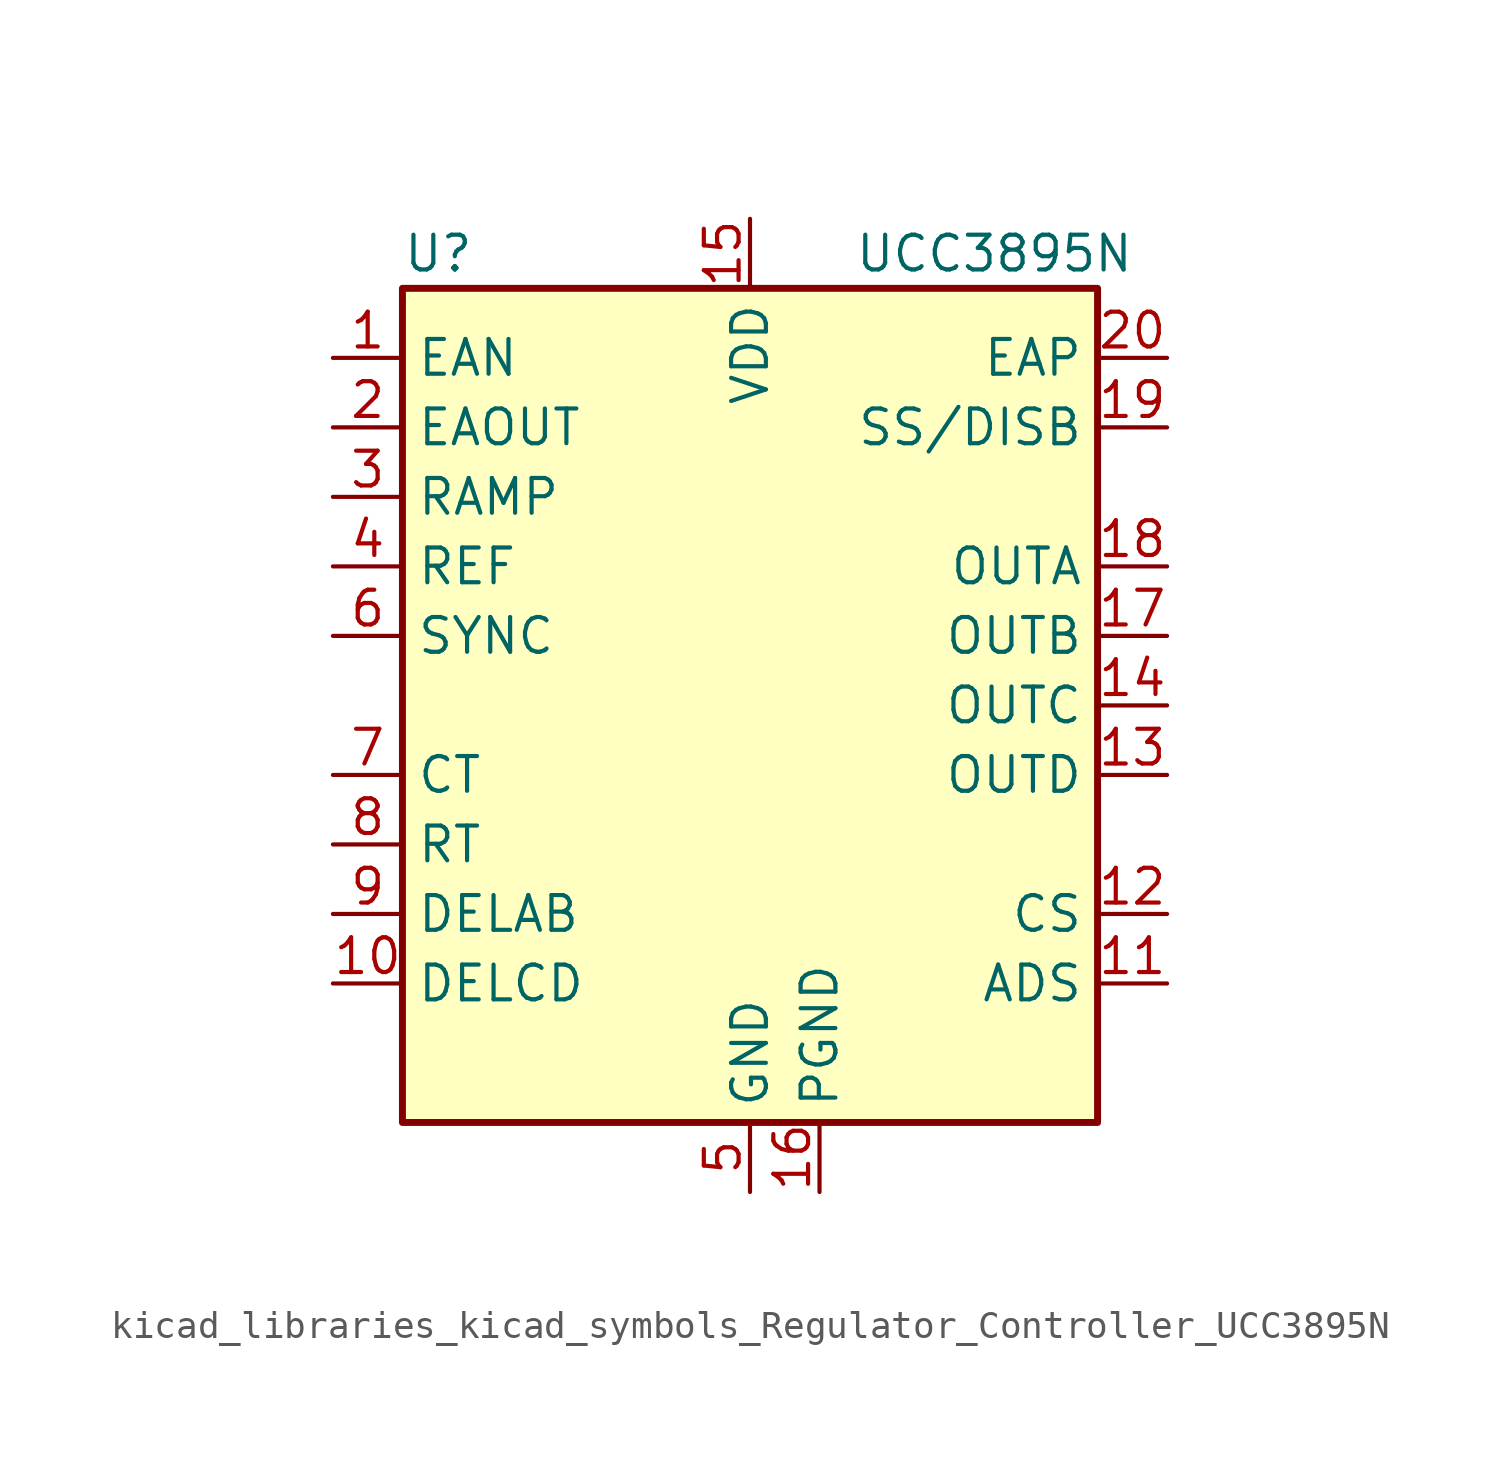
<source format=kicad_sym>
(kicad_symbol_lib
  (version 20220914)
  (generator kicad_symbol_editor)
  (symbol "kicad_libraries_kicad_symbols_Regulator_Controller_UCC3895N"
    (property "Reference" "U"
      (at -12.7 16.51 0)
      (effects (font (size 1.27 1.27)) (justify left)))
    (property "Value" "UCC3895N"
      (at 3.81 16.51 0)
      (effects (font (size 1.27 1.27)) (justify left)))
    (symbol "kicad_libraries_kicad_symbols_Regulator_Controller_UCC3895N_0_1"
      (rectangle (start -12.7 15.24) (end 12.7 -15.24) (stroke (width 0.254) (type default)) (fill (type background))))
    (symbol "kicad_libraries_kicad_symbols_Regulator_Controller_UCC3895N_1_1"
      (pin input line (at -15.24 12.7 0) (length 2.54) (name "EAN" (effects (font (size 1.27 1.27)))) (number "1" (effects (font (size 1.27 1.27)))))
      (pin passive line (at -15.24 -10.16 0) (length 2.54) (name "DELCD" (effects (font (size 1.27 1.27)))) (number "10" (effects (font (size 1.27 1.27)))))
      (pin input line (at 15.24 -10.16 180) (length 2.54) (name "ADS" (effects (font (size 1.27 1.27)))) (number "11" (effects (font (size 1.27 1.27)))))
      (pin input line (at 15.24 -7.62 180) (length 2.54) (name "CS" (effects (font (size 1.27 1.27)))) (number "12" (effects (font (size 1.27 1.27)))))
      (pin output line (at 15.24 -2.54 180) (length 2.54) (name "OUTD" (effects (font (size 1.27 1.27)))) (number "13" (effects (font (size 1.27 1.27)))))
      (pin output line (at 15.24 0 180) (length 2.54) (name "OUTC" (effects (font (size 1.27 1.27)))) (number "14" (effects (font (size 1.27 1.27)))))
      (pin power_in line (at 0 17.78 270) (length 2.54) (name "VDD" (effects (font (size 1.27 1.27)))) (number "15" (effects (font (size 1.27 1.27)))))
      (pin power_in line (at 2.54 -17.78 90) (length 2.54) (name "PGND" (effects (font (size 1.27 1.27)))) (number "16" (effects (font (size 1.27 1.27)))))
      (pin output line (at 15.24 2.54 180) (length 2.54) (name "OUTB" (effects (font (size 1.27 1.27)))) (number "17" (effects (font (size 1.27 1.27)))))
      (pin output line (at 15.24 5.08 180) (length 2.54) (name "OUTA" (effects (font (size 1.27 1.27)))) (number "18" (effects (font (size 1.27 1.27)))))
      (pin passive line (at 15.24 10.16 180) (length 2.54) (name "SS/DISB" (effects (font (size 1.27 1.27)))) (number "19" (effects (font (size 1.27 1.27)))))
      (pin bidirectional line (at -15.24 10.16 0) (length 2.54) (name "EAOUT" (effects (font (size 1.27 1.27)))) (number "2" (effects (font (size 1.27 1.27)))))
      (pin input line (at 15.24 12.7 180) (length 2.54) (name "EAP" (effects (font (size 1.27 1.27)))) (number "20" (effects (font (size 1.27 1.27)))))
      (pin input line (at -15.24 7.62 0) (length 2.54) (name "RAMP" (effects (font (size 1.27 1.27)))) (number "3" (effects (font (size 1.27 1.27)))))
      (pin output line (at -15.24 5.08 0) (length 2.54) (name "REF" (effects (font (size 1.27 1.27)))) (number "4" (effects (font (size 1.27 1.27)))))
      (pin power_in line (at 0 -17.78 90) (length 2.54) (name "GND" (effects (font (size 1.27 1.27)))) (number "5" (effects (font (size 1.27 1.27)))))
      (pin bidirectional line (at -15.24 2.54 0) (length 2.54) (name "SYNC" (effects (font (size 1.27 1.27)))) (number "6" (effects (font (size 1.27 1.27)))))
      (pin passive line (at -15.24 -2.54 0) (length 2.54) (name "CT" (effects (font (size 1.27 1.27)))) (number "7" (effects (font (size 1.27 1.27)))))
      (pin passive line (at -15.24 -5.08 0) (length 2.54) (name "RT" (effects (font (size 1.27 1.27)))) (number "8" (effects (font (size 1.27 1.27)))))
      (pin passive line (at -15.24 -7.62 0) (length 2.54) (name "DELAB" (effects (font (size 1.27 1.27)))) (number "9" (effects (font (size 1.27 1.27))))))))
</source>
